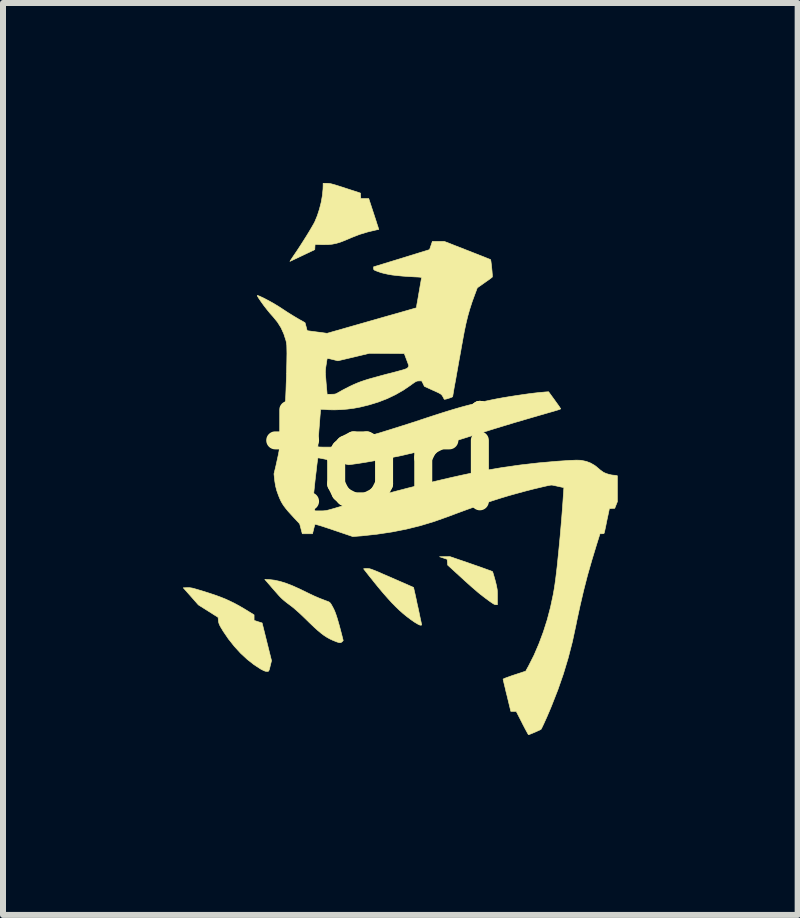
<source format=kicad_pcb>
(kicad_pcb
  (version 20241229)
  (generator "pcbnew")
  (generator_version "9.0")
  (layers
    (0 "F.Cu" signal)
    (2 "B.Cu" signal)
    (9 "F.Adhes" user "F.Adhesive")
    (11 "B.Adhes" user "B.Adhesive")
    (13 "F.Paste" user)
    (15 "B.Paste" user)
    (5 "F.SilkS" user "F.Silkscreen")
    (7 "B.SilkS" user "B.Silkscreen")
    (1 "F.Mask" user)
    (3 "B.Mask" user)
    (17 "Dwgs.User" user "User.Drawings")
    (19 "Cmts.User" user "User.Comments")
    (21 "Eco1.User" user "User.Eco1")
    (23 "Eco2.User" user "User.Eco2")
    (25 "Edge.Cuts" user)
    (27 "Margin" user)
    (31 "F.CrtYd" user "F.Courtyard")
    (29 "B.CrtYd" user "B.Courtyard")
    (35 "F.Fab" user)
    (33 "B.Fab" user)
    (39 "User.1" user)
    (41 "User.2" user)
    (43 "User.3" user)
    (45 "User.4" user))
  (footprint "tori"
    (layer "F.Cu")
    (at 3.352 4.617)
    (property "Reference" "tori" (at 0 0 0) (layer "F.SilkS") (effects (font (size 1.524 1.524) (thickness 0.3))))
    (attr through_hole)
    (fp_poly (pts (xy 1.448 1.731) (xy 1.519 1.756) (xy 1.586 1.779) (xy 1.647 1.801) (xy 1.7 1.82) (xy 1.744 1.836) (xy 1.778 1.848) (xy 1.799 1.857) (xy 1.807 1.86) (xy 1.812 1.871) (xy 1.819 1.894) (xy 1.829 1.927) (xy 1.841 1.968) (xy 1.853 2.012) (xy 1.866 2.063) (xy 1.875 2.102) (xy 1.881 2.134) (xy 1.886 2.162) (xy 1.888 2.191) (xy 1.889 2.225) (xy 1.889 2.267) (xy 1.889 2.284) (xy 1.889 2.413) (xy 1.863 2.413) (xy 1.85 2.411) (xy 1.831 2.403) (xy 1.807 2.388) (xy 1.774 2.366) (xy 1.738 2.34) (xy 1.692 2.306) (xy 1.649 2.273) (xy 1.605 2.239) (xy 1.561 2.203) (xy 1.514 2.162) (xy 1.461 2.117) (xy 1.403 2.065) (xy 1.336 2.005) (xy 1.27 1.944) (xy 1.06 1.752) (xy 1.052 1.656) (xy 0.988 1.634) (xy 0.925 1.613) (xy 1.098 1.611) (xy 1.448 1.731)) (stroke (width 0.01) (type solid)) (fill yes) (layer "F.SilkS"))
    (fp_poly (pts (xy -3.24 2.129) (xy -3.219 2.132) (xy -3.195 2.136) (xy -3.165 2.144) (xy -3.126 2.155) (xy -3.076 2.17) (xy -3.048 2.178) (xy -2.933 2.214) (xy -2.83 2.248) (xy -2.738 2.281) (xy -2.652 2.315) (xy -2.571 2.352) (xy -2.491 2.391) (xy -2.41 2.435) (xy -2.325 2.485) (xy -2.256 2.527) (xy -2.167 2.582) (xy -2.167 2.674) (xy -2.1 2.696) (xy -2.033 2.717) (xy -1.876 3.346) (xy -1.891 3.405) (xy -1.902 3.45) (xy -1.91 3.483) (xy -1.917 3.504) (xy -1.923 3.516) (xy -1.929 3.522) (xy -1.937 3.524) (xy -1.949 3.524) (xy -1.955 3.524) (xy -1.977 3.522) (xy -2.002 3.513) (xy -2.034 3.497) (xy -2.054 3.487) (xy -2.169 3.412) (xy -2.282 3.323) (xy -2.391 3.222) (xy -2.495 3.108) (xy -2.593 2.985) (xy -2.683 2.853) (xy -2.723 2.786) (xy -2.742 2.751) (xy -2.753 2.722) (xy -2.76 2.694) (xy -2.762 2.675) (xy -2.766 2.624) (xy -2.93 2.52) (xy -3.095 2.416) (xy -3.221 2.273) (xy -3.347 2.131) (xy -3.283 2.129) (xy -3.261 2.129) (xy -3.24 2.129)) (stroke (width 0.01) (type solid)) (fill yes) (layer "F.SilkS"))
    (fp_poly (pts (xy -1.909 1.994) (xy -1.826 2.004) (xy -1.735 2.024) (xy -1.634 2.055) (xy -1.524 2.098) (xy -1.404 2.152) (xy -1.34 2.183) (xy -1.248 2.228) (xy -1.159 2.27) (xy -1.075 2.306) (xy -1 2.335) (xy -0.958 2.351) (xy -0.929 2.361) (xy -0.911 2.371) (xy -0.897 2.384) (xy -0.882 2.405) (xy -0.873 2.421) (xy -0.854 2.455) (xy -0.836 2.49) (xy -0.819 2.529) (xy -0.803 2.572) (xy -0.786 2.623) (xy -0.768 2.683) (xy -0.748 2.753) (xy -0.726 2.835) (xy -0.71 2.896) (xy -0.681 3.01) (xy -0.699 3.029) (xy -0.714 3.041) (xy -0.73 3.046) (xy -0.751 3.044) (xy -0.782 3.035) (xy -0.798 3.029) (xy -0.853 3.007) (xy -0.904 2.983) (xy -0.953 2.956) (xy -1.001 2.925) (xy -1.05 2.888) (xy -1.103 2.844) (xy -1.162 2.791) (xy -1.228 2.728) (xy -1.25 2.707) (xy -1.309 2.649) (xy -1.359 2.601) (xy -1.402 2.56) (xy -1.44 2.526) (xy -1.474 2.496) (xy -1.506 2.468) (xy -1.54 2.441) (xy -1.576 2.414) (xy -1.612 2.387) (xy -1.644 2.362) (xy -1.672 2.339) (xy -1.699 2.315) (xy -1.727 2.288) (xy -1.758 2.255) (xy -1.794 2.214) (xy -1.83 2.173) (xy -1.866 2.132) (xy -1.899 2.093) (xy -1.928 2.06) (xy -1.951 2.033) (xy -1.967 2.015) (xy -1.972 2.009) (xy -1.988 1.991) (xy -1.909 1.994)) (stroke (width 0.01) (type solid)) (fill yes) (layer "F.SilkS"))
    (fp_poly (pts (xy -0.272 1.81) (xy -0.259 1.811) (xy -0.246 1.812) (xy -0.231 1.816) (xy -0.213 1.821) (xy -0.19 1.83) (xy -0.161 1.841) (xy -0.124 1.856) (xy -0.078 1.875) (xy -0.023 1.9) (xy 0.045 1.929) (xy 0.126 1.964) (xy 0.13 1.966) (xy 0.201 1.997) (xy 0.267 2.026) (xy 0.327 2.052) (xy 0.38 2.075) (xy 0.424 2.095) (xy 0.459 2.11) (xy 0.481 2.12) (xy 0.491 2.124) (xy 0.491 2.124) (xy 0.493 2.132) (xy 0.498 2.153) (xy 0.505 2.186) (xy 0.515 2.228) (xy 0.526 2.278) (xy 0.538 2.333) (xy 0.55 2.392) (xy 0.564 2.453) (xy 0.577 2.512) (xy 0.589 2.57) (xy 0.6 2.623) (xy 0.61 2.669) (xy 0.618 2.707) (xy 0.624 2.734) (xy 0.627 2.749) (xy 0.627 2.751) (xy 0.62 2.753) (xy 0.605 2.754) (xy 0.588 2.749) (xy 0.56 2.735) (xy 0.523 2.713) (xy 0.502 2.7) (xy 0.438 2.655) (xy 0.376 2.608) (xy 0.315 2.558) (xy 0.254 2.504) (xy 0.192 2.444) (xy 0.127 2.378) (xy 0.059 2.303) (xy -0.014 2.22) (xy -0.093 2.126) (xy -0.179 2.02) (xy -0.199 1.994) (xy -0.236 1.949) (xy -0.269 1.907) (xy -0.297 1.871) (xy -0.319 1.843) (xy -0.335 1.823) (xy -0.341 1.814) (xy -0.341 1.814) (xy -0.334 1.812) (xy -0.315 1.81) (xy -0.288 1.81) (xy -0.285 1.81) (xy -0.272 1.81)) (stroke (width 0.01) (type solid)) (fill yes) (layer "F.SilkS"))
    (fp_poly (pts (xy -0.954 -4.612) (xy -0.936 -4.611) (xy -0.919 -4.61) (xy -0.899 -4.607) (xy -0.877 -4.602) (xy -0.848 -4.594) (xy -0.812 -4.584) (xy -0.767 -4.57) (xy -0.711 -4.552) (xy -0.643 -4.53) (xy -0.393 -4.448) (xy -0.391 -4.403) (xy -0.388 -4.358) (xy -0.256 -4.358) (xy -0.182 -4.133) (xy -0.163 -4.075) (xy -0.145 -4.02) (xy -0.129 -3.971) (xy -0.116 -3.929) (xy -0.105 -3.897) (xy -0.099 -3.878) (xy -0.099 -3.876) (xy -0.088 -3.843) (xy -0.133 -3.834) (xy -0.271 -3.801) (xy -0.407 -3.76) (xy -0.536 -3.71) (xy -0.575 -3.693) (xy -0.658 -3.658) (xy -0.731 -3.63) (xy -0.798 -3.61) (xy -0.863 -3.597) (xy -0.93 -3.59) (xy -1.002 -3.589) (xy -1.037 -3.589) (xy -1.15 -3.593) (xy -1.153 -3.549) (xy -1.155 -3.506) (xy -1.361 -3.408) (xy -1.414 -3.383) (xy -1.462 -3.36) (xy -1.503 -3.341) (xy -1.536 -3.325) (xy -1.558 -3.315) (xy -1.569 -3.31) (xy -1.569 -3.31) (xy -1.566 -3.316) (xy -1.555 -3.333) (xy -1.538 -3.359) (xy -1.516 -3.392) (xy -1.498 -3.419) (xy -1.459 -3.476) (xy -1.418 -3.538) (xy -1.376 -3.603) (xy -1.334 -3.669) (xy -1.293 -3.734) (xy -1.255 -3.796) (xy -1.221 -3.853) (xy -1.192 -3.903) (xy -1.169 -3.943) (xy -1.154 -3.972) (xy -1.113 -4.071) (xy -1.078 -4.179) (xy -1.049 -4.292) (xy -1.029 -4.404) (xy -1.018 -4.512) (xy -1.016 -4.573) (xy -1.016 -4.612) (xy -0.954 -4.612)) (stroke (width 0.01) (type solid)) (fill yes) (layer "F.SilkS"))
    (fp_poly (pts (xy 1.388 -3.493) (xy 1.462 -3.464) (xy 1.531 -3.437) (xy 1.594 -3.412) (xy 1.651 -3.39) (xy 1.698 -3.371) (xy 1.735 -3.356) (xy 1.761 -3.346) (xy 1.774 -3.34) (xy 1.775 -3.339) (xy 1.778 -3.33) (xy 1.782 -3.307) (xy 1.786 -3.275) (xy 1.791 -3.237) (xy 1.795 -3.195) (xy 1.799 -3.154) (xy 1.802 -3.115) (xy 1.805 -3.083) (xy 1.805 -3.06) (xy 1.805 -3.05) (xy 1.805 -3.05) (xy 1.796 -3.042) (xy 1.777 -3.027) (xy 1.749 -3.006) (xy 1.714 -2.982) (xy 1.676 -2.955) (xy 1.554 -2.869) (xy 1.511 -2.754) (xy 1.467 -2.634) (xy 1.429 -2.516) (xy 1.395 -2.397) (xy 1.365 -2.273) (xy 1.337 -2.14) (xy 1.311 -2) (xy 1.303 -1.954) (xy 1.292 -1.896) (xy 1.28 -1.826) (xy 1.266 -1.749) (xy 1.251 -1.667) (xy 1.236 -1.582) (xy 1.221 -1.497) (xy 1.211 -1.442) (xy 1.198 -1.366) (xy 1.185 -1.295) (xy 1.173 -1.231) (xy 1.163 -1.174) (xy 1.155 -1.126) (xy 1.149 -1.09) (xy 1.145 -1.066) (xy 1.143 -1.055) (xy 1.143 -1.055) (xy 1.136 -1.05) (xy 1.118 -1.042) (xy 1.093 -1.033) (xy 1.065 -1.024) (xy 1.038 -1.016) (xy 1.016 -1.012) (xy 1.004 -1.011) (xy 1.003 -1.012) (xy 0.997 -1.023) (xy 0.987 -1.043) (xy 0.978 -1.059) (xy 0.97 -1.072) (xy 0.962 -1.083) (xy 0.952 -1.093) (xy 0.937 -1.103) (xy 0.916 -1.115) (xy 0.885 -1.13) (xy 0.844 -1.149) (xy 0.814 -1.162) (xy 0.672 -1.227) (xy 0.65 -1.273) (xy 0.627 -1.318) (xy 0.584 -1.318) (xy 0.566 -1.317) (xy 0.551 -1.315) (xy 0.536 -1.309) (xy 0.517 -1.299) (xy 0.492 -1.282) (xy 0.458 -1.258) (xy 0.451 -1.252) (xy 0.322 -1.164) (xy 0.189 -1.088) (xy 0.051 -1.022) (xy -0.094 -0.966) (xy -0.25 -0.918) (xy -0.401 -0.881) (xy -0.503 -0.862) (xy -0.611 -0.848) (xy -0.721 -0.839) (xy -0.827 -0.835) (xy -0.926 -0.837) (xy -0.964 -0.84) (xy -1 -0.843) (xy -1.03 -0.844) (xy -1.05 -0.844) (xy -1.057 -0.842) (xy -1.058 -0.834) (xy -1.06 -0.812) (xy -1.063 -0.778) (xy -1.067 -0.735) (xy -1.071 -0.684) (xy -1.075 -0.628) (xy -1.08 -0.568) (xy -1.085 -0.507) (xy -1.089 -0.447) (xy -1.093 -0.39) (xy -1.097 -0.337) (xy -1.1 -0.292) (xy -1.102 -0.256) (xy -1.103 -0.231) (xy -1.104 -0.22) (xy -1.096 -0.218) (xy -1.075 -0.216) (xy -1.045 -0.215) (xy -1.007 -0.214) (xy -0.997 -0.214) (xy -0.89 -0.214) (xy -0.665 -0.278) (xy -0.47 -0.334) (xy -0.285 -0.389) (xy -0.106 -0.442) (xy 0.071 -0.496) (xy 0.249 -0.552) (xy 0.432 -0.61) (xy 0.624 -0.673) (xy 0.714 -0.703) (xy 0.849 -0.747) (xy 0.971 -0.786) (xy 1.083 -0.821) (xy 1.186 -0.852) (xy 1.283 -0.88) (xy 1.375 -0.905) (xy 1.465 -0.928) (xy 1.555 -0.95) (xy 1.647 -0.971) (xy 1.743 -0.991) (xy 1.779 -0.999) (xy 1.874 -1.018) (xy 1.978 -1.037) (xy 2.086 -1.055) (xy 2.195 -1.072) (xy 2.303 -1.088) (xy 2.408 -1.103) (xy 2.505 -1.115) (xy 2.593 -1.125) (xy 2.668 -1.131) (xy 2.671 -1.132) (xy 2.742 -1.137) (xy 2.844 -0.997) (xy 2.873 -0.956) (xy 2.9 -0.919) (xy 2.921 -0.889) (xy 2.936 -0.866) (xy 2.944 -0.854) (xy 2.945 -0.852) (xy 2.937 -0.848) (xy 2.917 -0.84) (xy 2.886 -0.83) (xy 2.846 -0.818) (xy 2.799 -0.804) (xy 2.78 -0.799) (xy 2.479 -0.712) (xy 2.178 -0.624) (xy 1.875 -0.532) (xy 1.565 -0.436) (xy 1.341 -0.365) (xy 1.265 -0.341) (xy 1.188 -0.316) (xy 1.111 -0.293) (xy 1.039 -0.27) (xy 0.973 -0.25) (xy 0.916 -0.233) (xy 0.871 -0.22) (xy 0.865 -0.218) (xy 0.583 -0.142) (xy 0.29 -0.073) (xy -0.009 -0.013) (xy -0.31 0.039) (xy -0.443 0.06) (xy -0.589 0.08) (xy -0.843 0.02) (xy -0.925 0.000312) (xy -0.991 -0.015) (xy -1.041 -0.025) (xy -1.077 -0.032) (xy -1.097 -0.034) (xy -1.103 -0.033) (xy -1.105 -0.023) (xy -1.109 0.001) (xy -1.114 0.037) (xy -1.12 0.084) (xy -1.126 0.138) (xy -1.133 0.199) (xy -1.141 0.264) (xy -1.149 0.331) (xy -1.156 0.399) (xy -1.163 0.466) (xy -1.17 0.53) (xy -1.176 0.588) (xy -1.181 0.639) (xy -1.185 0.682) (xy -1.187 0.713) (xy -1.188 0.732) (xy -1.188 0.736) (xy -1.183 0.756) (xy -1.174 0.783) (xy -1.167 0.804) (xy -1.15 0.849) (xy -1.062 0.849) (xy -1.035 0.849) (xy -1.011 0.848) (xy -0.989 0.846) (xy -0.965 0.843) (xy -0.938 0.837) (xy -0.904 0.828) (xy -0.861 0.816) (xy -0.806 0.8) (xy -0.787 0.794) (xy -0.593 0.738) (xy -0.396 0.682) (xy -0.197 0.627) (xy 0.002 0.573) (xy 0.2 0.52) (xy 0.396 0.469) (xy 0.588 0.421) (xy 0.775 0.374) (xy 0.955 0.331) (xy 1.127 0.291) (xy 1.289 0.255) (xy 1.44 0.223) (xy 1.578 0.195) (xy 1.679 0.176) (xy 1.978 0.125) (xy 2.275 0.083) (xy 2.572 0.049) (xy 2.877 0.022) (xy 3.029 0.012) (xy 3.101 0.007) (xy 3.158 0.005) (xy 3.204 0.003) (xy 3.241 0.004) (xy 3.27 0.005) (xy 3.289 0.007) (xy 3.371 0.024) (xy 3.444 0.052) (xy 3.513 0.092) (xy 3.572 0.14) (xy 3.601 0.165) (xy 3.632 0.188) (xy 3.658 0.206) (xy 3.666 0.21) (xy 3.703 0.226) (xy 3.745 0.239) (xy 3.787 0.249) (xy 3.822 0.254) (xy 3.827 0.254) (xy 3.852 0.256) (xy 3.872 0.259) (xy 3.889 0.264) (xy 3.889 0.479) (xy 3.889 0.695) (xy 3.867 0.75) (xy 3.845 0.806) (xy 3.8 0.808) (xy 3.775 0.81) (xy 3.759 0.812) (xy 3.754 0.814) (xy 3.753 0.822) (xy 3.749 0.844) (xy 3.742 0.876) (xy 3.734 0.915) (xy 3.724 0.96) (xy 3.714 1.008) (xy 3.704 1.057) (xy 3.695 1.103) (xy 3.686 1.144) (xy 3.679 1.178) (xy 3.673 1.202) (xy 3.671 1.212) (xy 3.666 1.224) (xy 3.654 1.229) (xy 3.633 1.23) (xy 3.599 1.23) (xy 3.542 1.412) (xy 3.463 1.672) (xy 3.391 1.923) (xy 3.327 2.173) (xy 3.268 2.425) (xy 3.212 2.684) (xy 3.199 2.75) (xy 3.139 3.03) (xy 3.069 3.301) (xy 2.989 3.566) (xy 2.897 3.831) (xy 2.792 4.099) (xy 2.78 4.128) (xy 2.757 4.183) (xy 2.733 4.239) (xy 2.709 4.295) (xy 2.685 4.347) (xy 2.664 4.394) (xy 2.645 4.434) (xy 2.63 4.465) (xy 2.62 4.484) (xy 2.616 4.49) (xy 2.606 4.496) (xy 2.585 4.506) (xy 2.556 4.519) (xy 2.523 4.534) (xy 2.488 4.549) (xy 2.456 4.562) (xy 2.429 4.573) (xy 2.412 4.579) (xy 2.407 4.58) (xy 2.402 4.573) (xy 2.391 4.554) (xy 2.375 4.524) (xy 2.354 4.486) (xy 2.33 4.44) (xy 2.304 4.39) (xy 2.302 4.385) (xy 2.203 4.191) (xy 2.158 4.191) (xy 2.113 4.191) (xy 2.049 3.927) (xy 2.033 3.865) (xy 2.02 3.807) (xy 2.007 3.755) (xy 1.997 3.713) (xy 1.99 3.68) (xy 1.985 3.66) (xy 1.984 3.654) (xy 1.992 3.648) (xy 2.012 3.639) (xy 2.044 3.627) (xy 2.086 3.612) (xy 2.136 3.594) (xy 2.173 3.582) (xy 2.361 3.52) (xy 2.411 3.429) (xy 2.5 3.253) (xy 2.581 3.064) (xy 2.655 2.866) (xy 2.72 2.662) (xy 2.775 2.452) (xy 2.82 2.241) (xy 2.837 2.143) (xy 2.848 2.071) (xy 2.86 1.984) (xy 2.872 1.885) (xy 2.885 1.775) (xy 2.897 1.656) (xy 2.91 1.529) (xy 2.923 1.396) (xy 2.936 1.258) (xy 2.948 1.118) (xy 2.96 0.977) (xy 2.971 0.836) (xy 2.981 0.698) (xy 2.99 0.563) (xy 2.991 0.554) (xy 2.997 0.461) (xy 2.937 0.448) (xy 2.9 0.44) (xy 2.86 0.431) (xy 2.83 0.425) (xy 2.813 0.421) (xy 2.798 0.419) (xy 2.782 0.419) (xy 2.762 0.422) (xy 2.735 0.427) (xy 2.699 0.435) (xy 2.651 0.446) (xy 2.638 0.449) (xy 2.491 0.484) (xy 2.351 0.52) (xy 2.215 0.557) (xy 2.082 0.594) (xy 1.949 0.634) (xy 1.814 0.677) (xy 1.676 0.723) (xy 1.531 0.773) (xy 1.377 0.828) (xy 1.214 0.888) (xy 1.065 0.944) (xy 0.834 1.026) (xy 0.602 1.096) (xy 0.367 1.154) (xy 0.127 1.201) (xy -0.121 1.238) (xy -0.379 1.266) (xy -0.425 1.269) (xy -0.521 1.277) (xy -0.834 1.171) (xy -0.901 1.148) (xy -0.963 1.128) (xy -1.019 1.109) (xy -1.067 1.094) (xy -1.106 1.083) (xy -1.134 1.075) (xy -1.149 1.071) (xy -1.151 1.071) (xy -1.155 1.082) (xy -1.161 1.104) (xy -1.169 1.134) (xy -1.174 1.154) (xy -1.193 1.23) (xy -1.363 1.23) (xy -1.385 1.147) (xy -1.407 1.064) (xy -1.498 0.967) (xy -1.554 0.906) (xy -1.601 0.854) (xy -1.638 0.809) (xy -1.669 0.768) (xy -1.695 0.729) (xy -1.717 0.69) (xy -1.736 0.65) (xy -1.755 0.604) (xy -1.759 0.594) (xy -1.788 0.513) (xy -1.808 0.437) (xy -1.821 0.358) (xy -1.826 0.318) (xy -1.835 0.232) (xy -1.803 0.098) (xy -1.761 -0.093) (xy -1.724 -0.293) (xy -1.692 -0.496) (xy -1.667 -0.699) (xy -1.649 -0.895) (xy -1.643 -0.988) (xy -1.639 -1.071) (xy -1.635 -1.162) (xy -1.632 -1.259) (xy -1.628 -1.359) (xy -1.625 -1.458) (xy -1.625 -1.469) (xy -0.978 -1.469) (xy -0.978 -1.441) (xy -0.976 -1.408) (xy -0.972 -1.365) (xy -0.968 -1.311) (xy -0.966 -1.285) (xy -0.949 -1.095) (xy -0.88 -1.095) (xy -0.846 -1.096) (xy -0.822 -1.098) (xy -0.802 -1.103) (xy -0.781 -1.114) (xy -0.751 -1.131) (xy -0.75 -1.131) (xy -0.696 -1.162) (xy -0.633 -1.195) (xy -0.568 -1.228) (xy -0.504 -1.258) (xy -0.447 -1.282) (xy -0.433 -1.288) (xy -0.396 -1.302) (xy -0.356 -1.316) (xy -0.311 -1.331) (xy -0.26 -1.347) (xy -0.2 -1.364) (xy -0.131 -1.383) (xy -0.051 -1.405) (xy 0.042 -1.43) (xy 0.103 -1.445) (xy 0.176 -1.464) (xy 0.235 -1.48) (xy 0.282 -1.493) (xy 0.318 -1.503) (xy 0.345 -1.512) (xy 0.365 -1.519) (xy 0.379 -1.525) (xy 0.388 -1.531) (xy 0.394 -1.537) (xy 0.395 -1.538) (xy 0.407 -1.555) (xy 0.412 -1.567) (xy 0.412 -1.568) (xy 0.409 -1.578) (xy 0.402 -1.6) (xy 0.391 -1.63) (xy 0.377 -1.667) (xy 0.374 -1.675) (xy 0.337 -1.774) (xy -0.244 -1.778) (xy -0.507 -1.715) (xy -0.77 -1.653) (xy -0.858 -1.675) (xy -0.9 -1.685) (xy -0.928 -1.69) (xy -0.944 -1.691) (xy -0.949 -1.688) (xy -0.951 -1.677) (xy -0.955 -1.654) (xy -0.96 -1.621) (xy -0.966 -1.583) (xy -0.967 -1.577) (xy -0.972 -1.545) (xy -0.975 -1.518) (xy -0.977 -1.494) (xy -0.978 -1.469) (xy -1.625 -1.469) (xy -1.623 -1.553) (xy -1.621 -1.642) (xy -1.62 -1.72) (xy -1.619 -1.775) (xy -1.62 -1.832) (xy -1.621 -1.877) (xy -1.622 -1.912) (xy -1.626 -1.941) (xy -1.63 -1.967) (xy -1.635 -1.989) (xy -1.671 -2.101) (xy -1.717 -2.203) (xy -1.776 -2.297) (xy -1.846 -2.383) (xy -1.898 -2.441) (xy -1.951 -2.506) (xy -2.004 -2.574) (xy -2.052 -2.641) (xy -2.094 -2.703) (xy -2.114 -2.737) (xy -2.113 -2.742) (xy -2.1 -2.739) (xy -2.077 -2.731) (xy -2.045 -2.716) (xy -2.006 -2.698) (xy -1.962 -2.675) (xy -1.915 -2.65) (xy -1.866 -2.623) (xy -1.817 -2.594) (xy -1.77 -2.566) (xy -1.726 -2.538) (xy -1.711 -2.528) (xy -1.609 -2.461) (xy -1.506 -2.397) (xy -1.408 -2.339) (xy -1.369 -2.318) (xy -1.345 -2.304) (xy -1.327 -2.294) (xy -1.319 -2.29) (xy -1.319 -2.29) (xy -1.316 -2.282) (xy -1.31 -2.262) (xy -1.303 -2.234) (xy -1.299 -2.221) (xy -1.282 -2.155) (xy -1.116 -2.133) (xy -0.95 -2.111) (xy -0.207 -2.323) (xy -0.102 -2.353) (xy -0.001 -2.382) (xy 0.094 -2.409) (xy 0.183 -2.434) (xy 0.264 -2.457) (xy 0.337 -2.478) (xy 0.4 -2.496) (xy 0.452 -2.511) (xy 0.493 -2.523) (xy 0.521 -2.531) (xy 0.535 -2.535) (xy 0.537 -2.535) (xy 0.539 -2.543) (xy 0.543 -2.564) (xy 0.548 -2.598) (xy 0.556 -2.641) (xy 0.565 -2.692) (xy 0.575 -2.749) (xy 0.579 -2.774) (xy 0.59 -2.834) (xy 0.599 -2.89) (xy 0.608 -2.939) (xy 0.615 -2.98) (xy 0.62 -3.01) (xy 0.624 -3.027) (xy 0.624 -3.029) (xy 0.625 -3.036) (xy 0.623 -3.041) (xy 0.614 -3.044) (xy 0.597 -3.047) (xy 0.57 -3.049) (xy 0.529 -3.051) (xy 0.522 -3.051) (xy 0.406 -3.058) (xy 0.304 -3.065) (xy 0.215 -3.074) (xy 0.136 -3.083) (xy 0.067 -3.095) (xy 0.006 -3.108) (xy -0.049 -3.122) (xy -0.1 -3.14) (xy -0.109 -3.143) (xy -0.14 -3.155) (xy -0.16 -3.164) (xy -0.17 -3.172) (xy -0.174 -3.182) (xy -0.175 -3.193) (xy -0.175 -3.219) (xy 0.292 -3.362) (xy 0.758 -3.506) (xy 0.782 -3.575) (xy 0.805 -3.643) (xy 1.004 -3.643) (xy 1.388 -3.493)) (stroke (width 0.01) (type solid)) (fill yes) (layer "F.SilkS")))
  (gr_rect
    (start -3 -3)
    (end 10.246 12.201)
    (stroke (width 0.1) (type default))
    (fill no)
    (layer "Edge.Cuts")))
</source>
